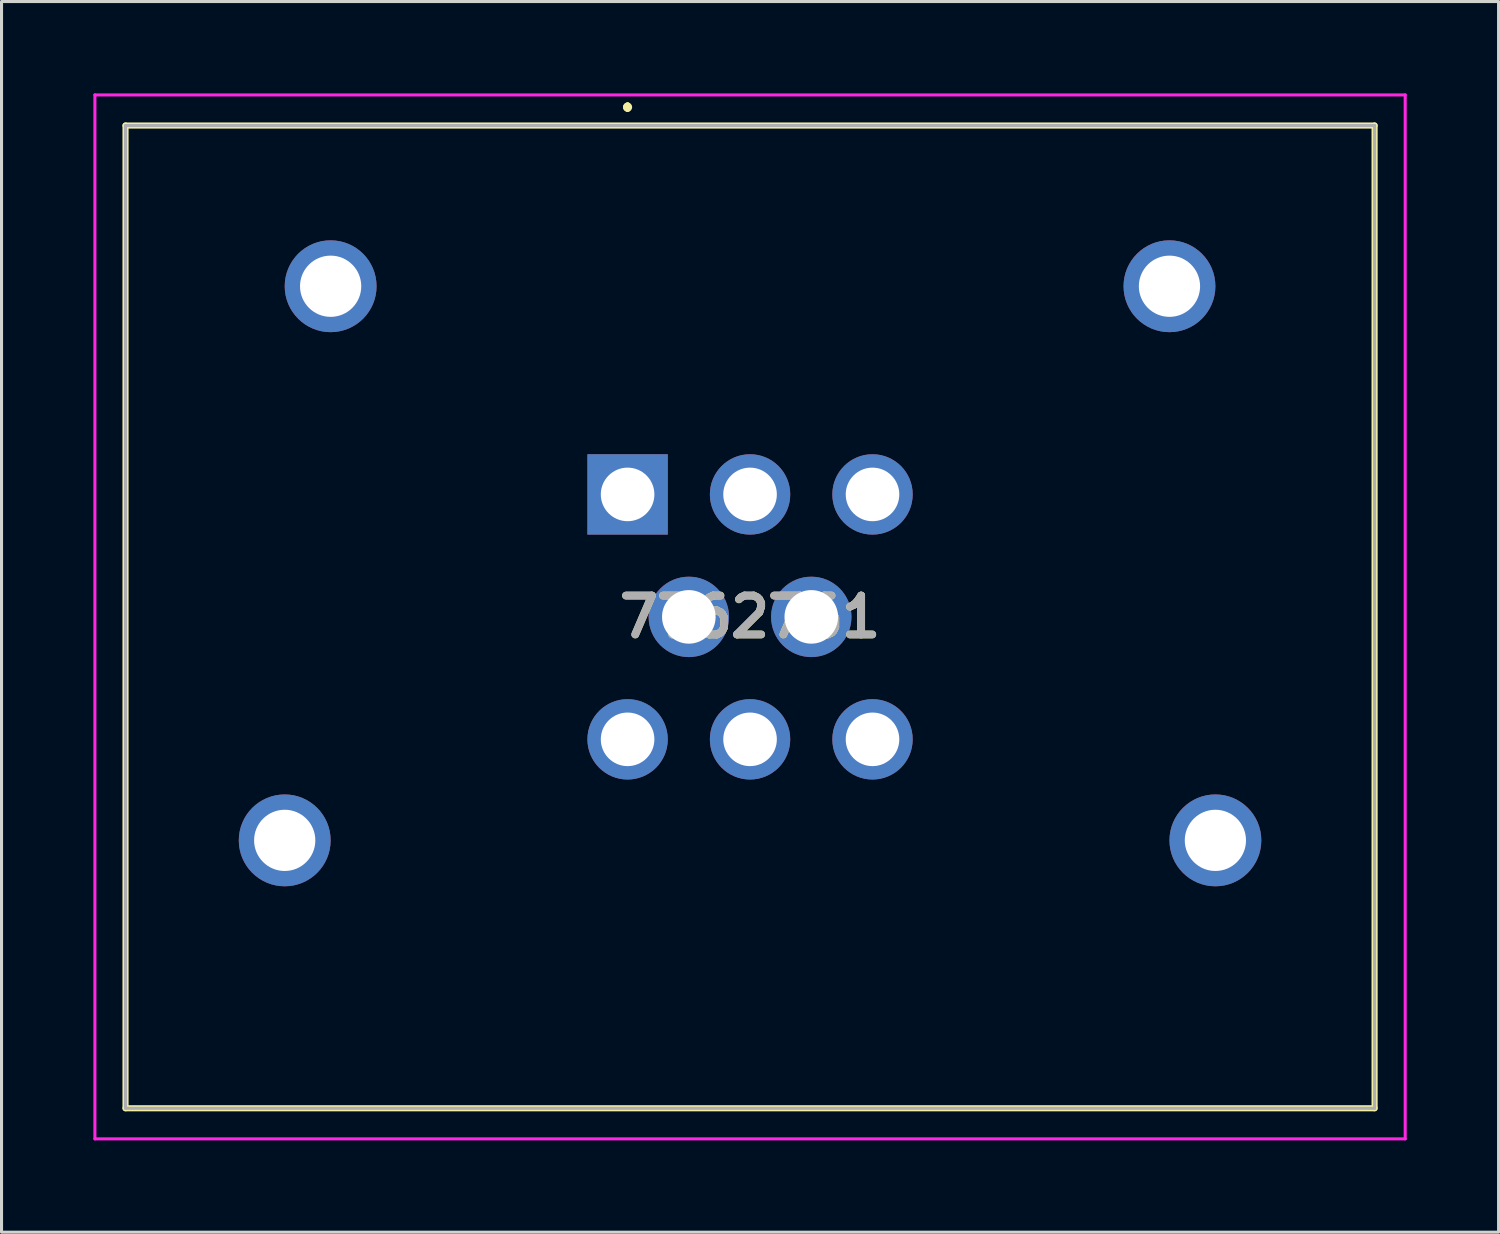
<source format=kicad_pcb>
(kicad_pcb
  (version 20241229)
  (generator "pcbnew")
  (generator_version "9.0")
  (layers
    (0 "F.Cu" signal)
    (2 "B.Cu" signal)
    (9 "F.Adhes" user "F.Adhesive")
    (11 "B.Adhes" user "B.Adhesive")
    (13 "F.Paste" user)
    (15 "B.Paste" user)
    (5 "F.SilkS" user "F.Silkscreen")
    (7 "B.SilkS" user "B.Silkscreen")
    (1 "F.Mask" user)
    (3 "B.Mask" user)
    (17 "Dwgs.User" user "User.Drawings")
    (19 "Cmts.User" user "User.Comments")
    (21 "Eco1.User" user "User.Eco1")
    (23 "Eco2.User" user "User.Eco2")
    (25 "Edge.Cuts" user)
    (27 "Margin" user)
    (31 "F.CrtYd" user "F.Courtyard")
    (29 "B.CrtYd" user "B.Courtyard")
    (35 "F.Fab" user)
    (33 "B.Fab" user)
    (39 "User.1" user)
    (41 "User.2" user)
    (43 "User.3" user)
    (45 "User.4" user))
  (footprint "7762761"
    (layer "F.Cu")
    (at 17.45 13.1)
    (property "Reference" "7762761" (at 4 4 0) (layer "F.SilkS") (effects (font (size 1.27 1.27) (thickness 0.254))))
    (attr through_hole)
    (fp_line (start -16.4 -12.05) (end 24.4 -12.05) (stroke (width 0.2) (type solid)) (layer "F.SilkS"))
    (fp_line (start -16.4 20.05) (end -16.4 -12.05) (stroke (width 0.2) (type solid)) (layer "F.SilkS"))
    (fp_line (start 0 -12.7) (end 0 -12.7) (stroke (width 0.2) (type solid)) (layer "F.SilkS"))
    (fp_line (start 0 -12.7) (end 0 -12.7) (stroke (width 0.2) (type solid)) (layer "F.SilkS"))
    (fp_line (start 0 -12.6) (end 0 -12.6) (stroke (width 0.2) (type solid)) (layer "F.SilkS"))
    (fp_line (start 24.4 -12.05) (end 24.4 20.05) (stroke (width 0.2) (type solid)) (layer "F.SilkS"))
    (fp_line (start 24.4 20.05) (end -16.4 20.05) (stroke (width 0.2) (type solid)) (layer "F.SilkS"))
    (fp_arc (start 0 -12.7) (mid 0.05 -12.65) (end 0 -12.6) (stroke (width 0.2) (type solid)) (layer "F.SilkS"))
    (fp_arc (start 0 -12.6) (mid -0.05 -12.65) (end 0 -12.7) (stroke (width 0.2) (type solid)) (layer "F.SilkS"))
    (fp_arc (start 0 -12.6) (mid -0.05 -12.65) (end 0 -12.7) (stroke (width 0.2) (type solid)) (layer "F.SilkS"))
    (fp_line (start -17.4 -13.05) (end 25.4 -13.05) (stroke (width 0.1) (type solid)) (layer "F.CrtYd"))
    (fp_line (start -17.4 21.05) (end -17.4 -13.05) (stroke (width 0.1) (type solid)) (layer "F.CrtYd"))
    (fp_line (start 25.4 -13.05) (end 25.4 21.05) (stroke (width 0.1) (type solid)) (layer "F.CrtYd"))
    (fp_line (start 25.4 21.05) (end -17.4 21.05) (stroke (width 0.1) (type solid)) (layer "F.CrtYd"))
    (fp_line (start -16.4 -12.05) (end -16.4 20.05) (stroke (width 0.1) (type solid)) (layer "F.Fab"))
    (fp_line (start -16.4 20.05) (end 24.4 20.05) (stroke (width 0.1) (type solid)) (layer "F.Fab"))
    (fp_line (start 24.4 -12.05) (end -16.4 -12.05) (stroke (width 0.1) (type solid)) (layer "F.Fab"))
    (fp_line (start 24.4 20.05) (end 24.4 -12.05) (stroke (width 0.1) (type solid)) (layer "F.Fab"))
    (fp_text user "${REFERENCE}" (at 4 4 0) (layer "F.Fab") (effects (font (size 1.27 1.27) (thickness 0.254))))
    (pad "1" thru_hole rect (at 0 0) (size 2.625 2.625) (drill 1.75) (layers "*.Cu" "*.Mask"))
    (pad "2" thru_hole circle (at 4 0) (size 2.625 2.625) (drill 1.75) (layers "*.Cu" "*.Mask"))
    (pad "3" thru_hole circle (at 8 0) (size 2.625 2.625) (drill 1.75) (layers "*.Cu" "*.Mask"))
    (pad "4" thru_hole circle (at 2 4) (size 2.625 2.625) (drill 1.75) (layers "*.Cu" "*.Mask"))
    (pad "5" thru_hole circle (at 6 4) (size 2.625 2.625) (drill 1.75) (layers "*.Cu" "*.Mask"))
    (pad "6" thru_hole circle (at 0 8) (size 2.625 2.625) (drill 1.75) (layers "*.Cu" "*.Mask"))
    (pad "7" thru_hole circle (at 4 8) (size 2.625 2.625) (drill 1.75) (layers "*.Cu" "*.Mask"))
    (pad "8" thru_hole circle (at 8 8) (size 2.625 2.625) (drill 1.75) (layers "*.Cu" "*.Mask"))
    (pad "MH1" thru_hole circle (at -9.7 -6.8) (size 3 3) (drill 2) (layers "*.Cu" "*.Mask"))
    (pad "MH2" thru_hole circle (at 17.7 -6.8) (size 3 3) (drill 2) (layers "*.Cu" "*.Mask"))
    (pad "MH3" thru_hole circle (at 19.2 11.3) (size 3 3) (drill 2) (layers "*.Cu" "*.Mask"))
    (pad "MH4" thru_hole circle (at -11.2 11.3) (size 3 3) (drill 2) (layers "*.Cu" "*.Mask")))
  (gr_rect
    (start -3 -3)
    (end 45.9 37.2)
    (stroke (width 0.1) (type default))
    (fill no)
    (layer "Edge.Cuts")))
</source>
